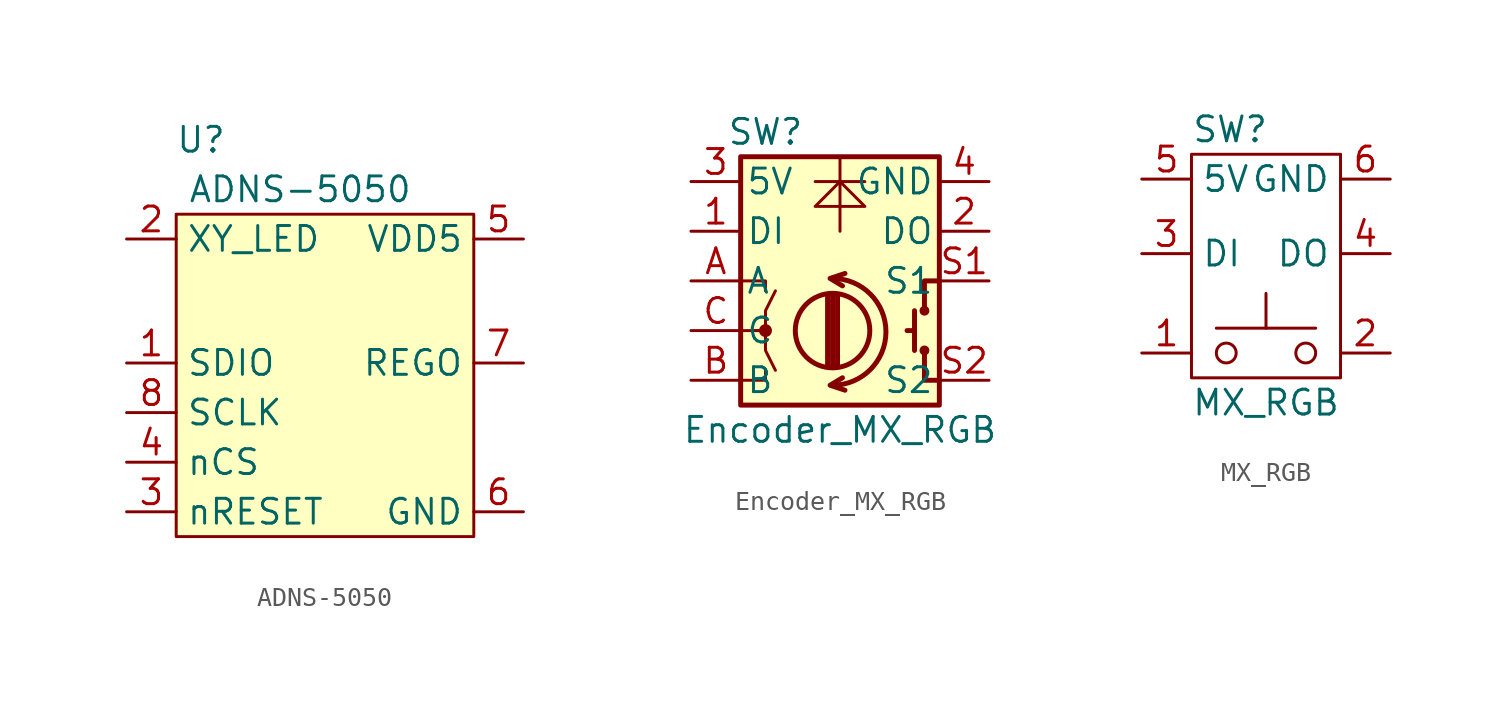
<source format=kicad_sym>
(kicad_symbol_lib
  (version 20241209)
  (generator "kicad_symbol_editor")
  (generator_version "9.0")
  (symbol "ADNS-5050"
    (property "Reference" "U"
      (at -6.35 11.43 0)
      (effects (font (size 1.27 1.27))))
    (property "Value" "ADNS-5050"
      (at -1.27 8.89 0)
      (effects (font (size 1.27 1.27))))
    (symbol "ADNS-5050_0_1"
      (rectangle (start -7.62 7.62) (end 7.62 -8.89) (stroke (width 0.152) (type default)) (fill (type background))))
    (symbol "ADNS-5050_1_1"
      (pin bidirectional line (at -10.16 6.35 0) (length 2.54) (name "XY_LED" (effects (font (size 1.27 1.27)))) (number "2" (effects (font (size 1.27 1.27)))))
      (pin bidirectional line (at -10.16 0 0) (length 2.54) (name "SDIO" (effects (font (size 1.27 1.27)))) (number "1" (effects (font (size 1.27 1.27)))))
      (pin bidirectional line (at -10.16 -2.54 0) (length 2.54) (name "SCLK" (effects (font (size 1.27 1.27)))) (number "8" (effects (font (size 1.27 1.27)))))
      (pin bidirectional line (at -10.16 -5.08 0) (length 2.54) (name "nCS" (effects (font (size 1.27 1.27)))) (number "4" (effects (font (size 1.27 1.27)))))
      (pin bidirectional line (at -10.16 -7.62 0) (length 2.54) (name "nRESET" (effects (font (size 1.27 1.27)))) (number "3" (effects (font (size 1.27 1.27)))))
      (pin power_in line (at 10.16 6.35 180) (length 2.54) (name "VDD5" (effects (font (size 1.27 1.27)))) (number "5" (effects (font (size 1.27 1.27)))))
      (pin power_out line (at 10.16 0 180) (length 2.54) (name "REGO" (effects (font (size 1.27 1.27)))) (number "7" (effects (font (size 1.27 1.27)))))
      (pin power_in line (at 10.16 -7.62 180) (length 2.54) (name "GND" (effects (font (size 1.27 1.27)))) (number "6" (effects (font (size 1.27 1.27)))))))
  (symbol "Encoder_MX_RGB"
    (pin_names
      (offset 0.254))
    (property "Reference" "SW"
      (at -3.81 7.62 0)
      (effects (font (size 1.27 1.27))))
    (property "Value" "Encoder_MX_RGB"
      (at 0 -7.62 0)
      (effects (font (size 1.27 1.27))))
    (symbol "Encoder_MX_RGB_0_1"
      (rectangle (start -5.08 6.35) (end 5.08 -6.35) (stroke (width 0.254) (type default)) (fill (type background)))
      (polyline (pts (xy -5.08 0) (xy -3.81 0) (xy -3.81 -0.508)) (stroke (width 0) (type default)) (fill (type none)))
      (polyline (pts (xy -5.08 -2.54) (xy -3.81 -2.54) (xy -3.81 -3.556) (xy -3.302 -4.572)) (stroke (width 0) (type default)) (fill (type none)))
      (polyline (pts (xy -5.08 -5.08) (xy -3.81 -5.08) (xy -3.81 -4.572)) (stroke (width 0) (type default)) (fill (type none)))
      (polyline (pts (xy -4.318 -2.54) (xy -3.81 -2.54) (xy -3.81 -1.524) (xy -3.302 -0.508)) (stroke (width 0) (type default)) (fill (type none)))
      (circle (center -3.81 -2.54) (radius 0.254) (stroke (width 0) (type default)) (fill (type outline)))
      (polyline (pts (xy -0.635 -4.318) (xy -0.635 -0.762)) (stroke (width 0.254) (type default)) (fill (type none)))
      (arc (start -0.381 0.127) (mid 2.3368 -2.5908) (end -0.381 -5.334) (stroke (width 0.254) (type default)) (fill (type none)))
      (circle (center -0.381 -2.54) (radius 1.905) (stroke (width 0.254) (type default)) (fill (type none)))
      (polyline (pts (xy -0.381 -4.318) (xy -0.381 -0.762)) (stroke (width 0.254) (type default)) (fill (type none)))
      (polyline (pts (xy -0.127 -0.762) (xy -0.127 -4.318)) (stroke (width 0.254) (type default)) (fill (type none)))
      (polyline (pts (xy 0 5.08) (xy -1.27 3.81) (xy 0 3.81) (xy 1.27 3.81) (xy 0 5.08) (xy -1.27 5.08) (xy 1.27 5.08)) (stroke (width 0) (type default)) (fill (type none)))
      (polyline (pts (xy 0 2.54) (xy 0 6.35)) (stroke (width 0) (type default)) (fill (type none)))
      (polyline (pts (xy 0.254 0.381) (xy -0.508 0.127) (xy 0.127 -0.254)) (stroke (width 0.254) (type default)) (fill (type none)))
      (polyline (pts (xy 0.254 -5.588) (xy -0.508 -5.334) (xy 0.127 -4.953)) (stroke (width 0.254) (type default)) (fill (type none)))
      (polyline (pts (xy 3.81 -1.524) (xy 3.81 -3.556)) (stroke (width 0.254) (type default)) (fill (type none)))
      (polyline (pts (xy 3.81 -2.54) (xy 3.429 -2.54)) (stroke (width 0.254) (type default)) (fill (type none)))
      (circle (center 4.318 -1.524) (radius 0.127) (stroke (width 0.254) (type default)) (fill (type none)))
      (circle (center 4.318 -3.556) (radius 0.127) (stroke (width 0.254) (type default)) (fill (type none)))
      (polyline (pts (xy 5.08 0) (xy 4.318 0) (xy 4.318 -1.524)) (stroke (width 0.254) (type default)) (fill (type none)))
      (polyline (pts (xy 5.08 -5.08) (xy 4.318 -5.08) (xy 4.318 -3.556)) (stroke (width 0.254) (type default)) (fill (type none))))
    (symbol "Encoder_MX_RGB_1_1"
      (pin input line (at -7.62 5.08 0) (length 2.54) (name "5V" (effects (font (size 1.27 1.27)))) (number "3" (effects (font (size 1.27 1.27)))))
      (pin input line (at -7.62 2.54 0) (length 2.54) (name "DI" (effects (font (size 1.27 1.27)))) (number "1" (effects (font (size 1.27 1.27)))))
      (pin passive line (at -7.62 0 0) (length 2.54) (name "A" (effects (font (size 1.27 1.27)))) (number "A" (effects (font (size 1.27 1.27)))))
      (pin passive line (at -7.62 -2.54 0) (length 2.54) (name "C" (effects (font (size 1.27 1.27)))) (number "C" (effects (font (size 1.27 1.27)))))
      (pin passive line (at -7.62 -5.08 0) (length 2.54) (name "B" (effects (font (size 1.27 1.27)))) (number "B" (effects (font (size 1.27 1.27)))))
      (pin input line (at 7.62 5.08 180) (length 2.54) (name "GND" (effects (font (size 1.27 1.27)))) (number "4" (effects (font (size 1.27 1.27)))))
      (pin output line (at 7.62 2.54 180) (length 2.54) (name "DO" (effects (font (size 1.27 1.27)))) (number "2" (effects (font (size 1.27 1.27)))))
      (pin passive line (at 7.62 0 180) (length 2.54) (name "S1" (effects (font (size 1.27 1.27)))) (number "S1" (effects (font (size 1.27 1.27)))))
      (pin passive line (at 7.62 -5.08 180) (length 2.54) (name "S2" (effects (font (size 1.27 1.27)))) (number "S2" (effects (font (size 1.27 1.27)))))))
  (symbol "MX_RGB"
    (property "Reference" "SW"
      (at -3.81 11.43 0)
      (effects (font (size 1.27 1.27)) (justify left)))
    (property "Value" "MX_RGB"
      (at 0 -2.54 0)
      (effects (font (size 1.27 1.27))))
    (symbol "MX_RGB_0_1"
      (rectangle (start -3.81 10.16) (end 3.81 -1.27) (stroke (width 0) (type default)) (fill (type none)))
      (polyline (pts (xy -2.54 1.27) (xy 2.54 1.27)) (stroke (width 0) (type default)) (fill (type none)))
      (circle (center -2.032 0) (radius 0.508) (stroke (width 0) (type default)) (fill (type none)))
      (polyline (pts (xy 0 1.27) (xy 0 3.048)) (stroke (width 0) (type default)) (fill (type none)))
      (circle (center 2.032 0) (radius 0.508) (stroke (width 0) (type default)) (fill (type none)))
      (pin power_in line (at -6.35 8.89 0) (length 2.54) (name "5V" (effects (font (size 1.27 1.27)))) (number "5" (effects (font (size 1.27 1.27)))))
      (pin passive line (at -6.35 0 0) (length 2.54) (name "~" (effects (font (size 1.27 1.27)))) (number "1" (effects (font (size 1.27 1.27)))))
      (pin power_in line (at 6.35 8.89 180) (length 2.54) (name "GND" (effects (font (size 1.27 1.27)))) (number "6" (effects (font (size 1.27 1.27)))))
      (pin passive line (at 6.35 0 180) (length 2.54) (name "~" (effects (font (size 1.27 1.27)))) (number "2" (effects (font (size 1.27 1.27))))))
    (symbol "MX_RGB_1_1"
      (pin input line (at -6.35 5.08 0) (length 2.54) (name "DI" (effects (font (size 1.27 1.27)))) (number "3" (effects (font (size 1.27 1.27)))))
      (pin output line (at 6.35 5.08 180) (length 2.54) (name "DO" (effects (font (size 1.27 1.27)))) (number "4" (effects (font (size 1.27 1.27))))))))
</source>
